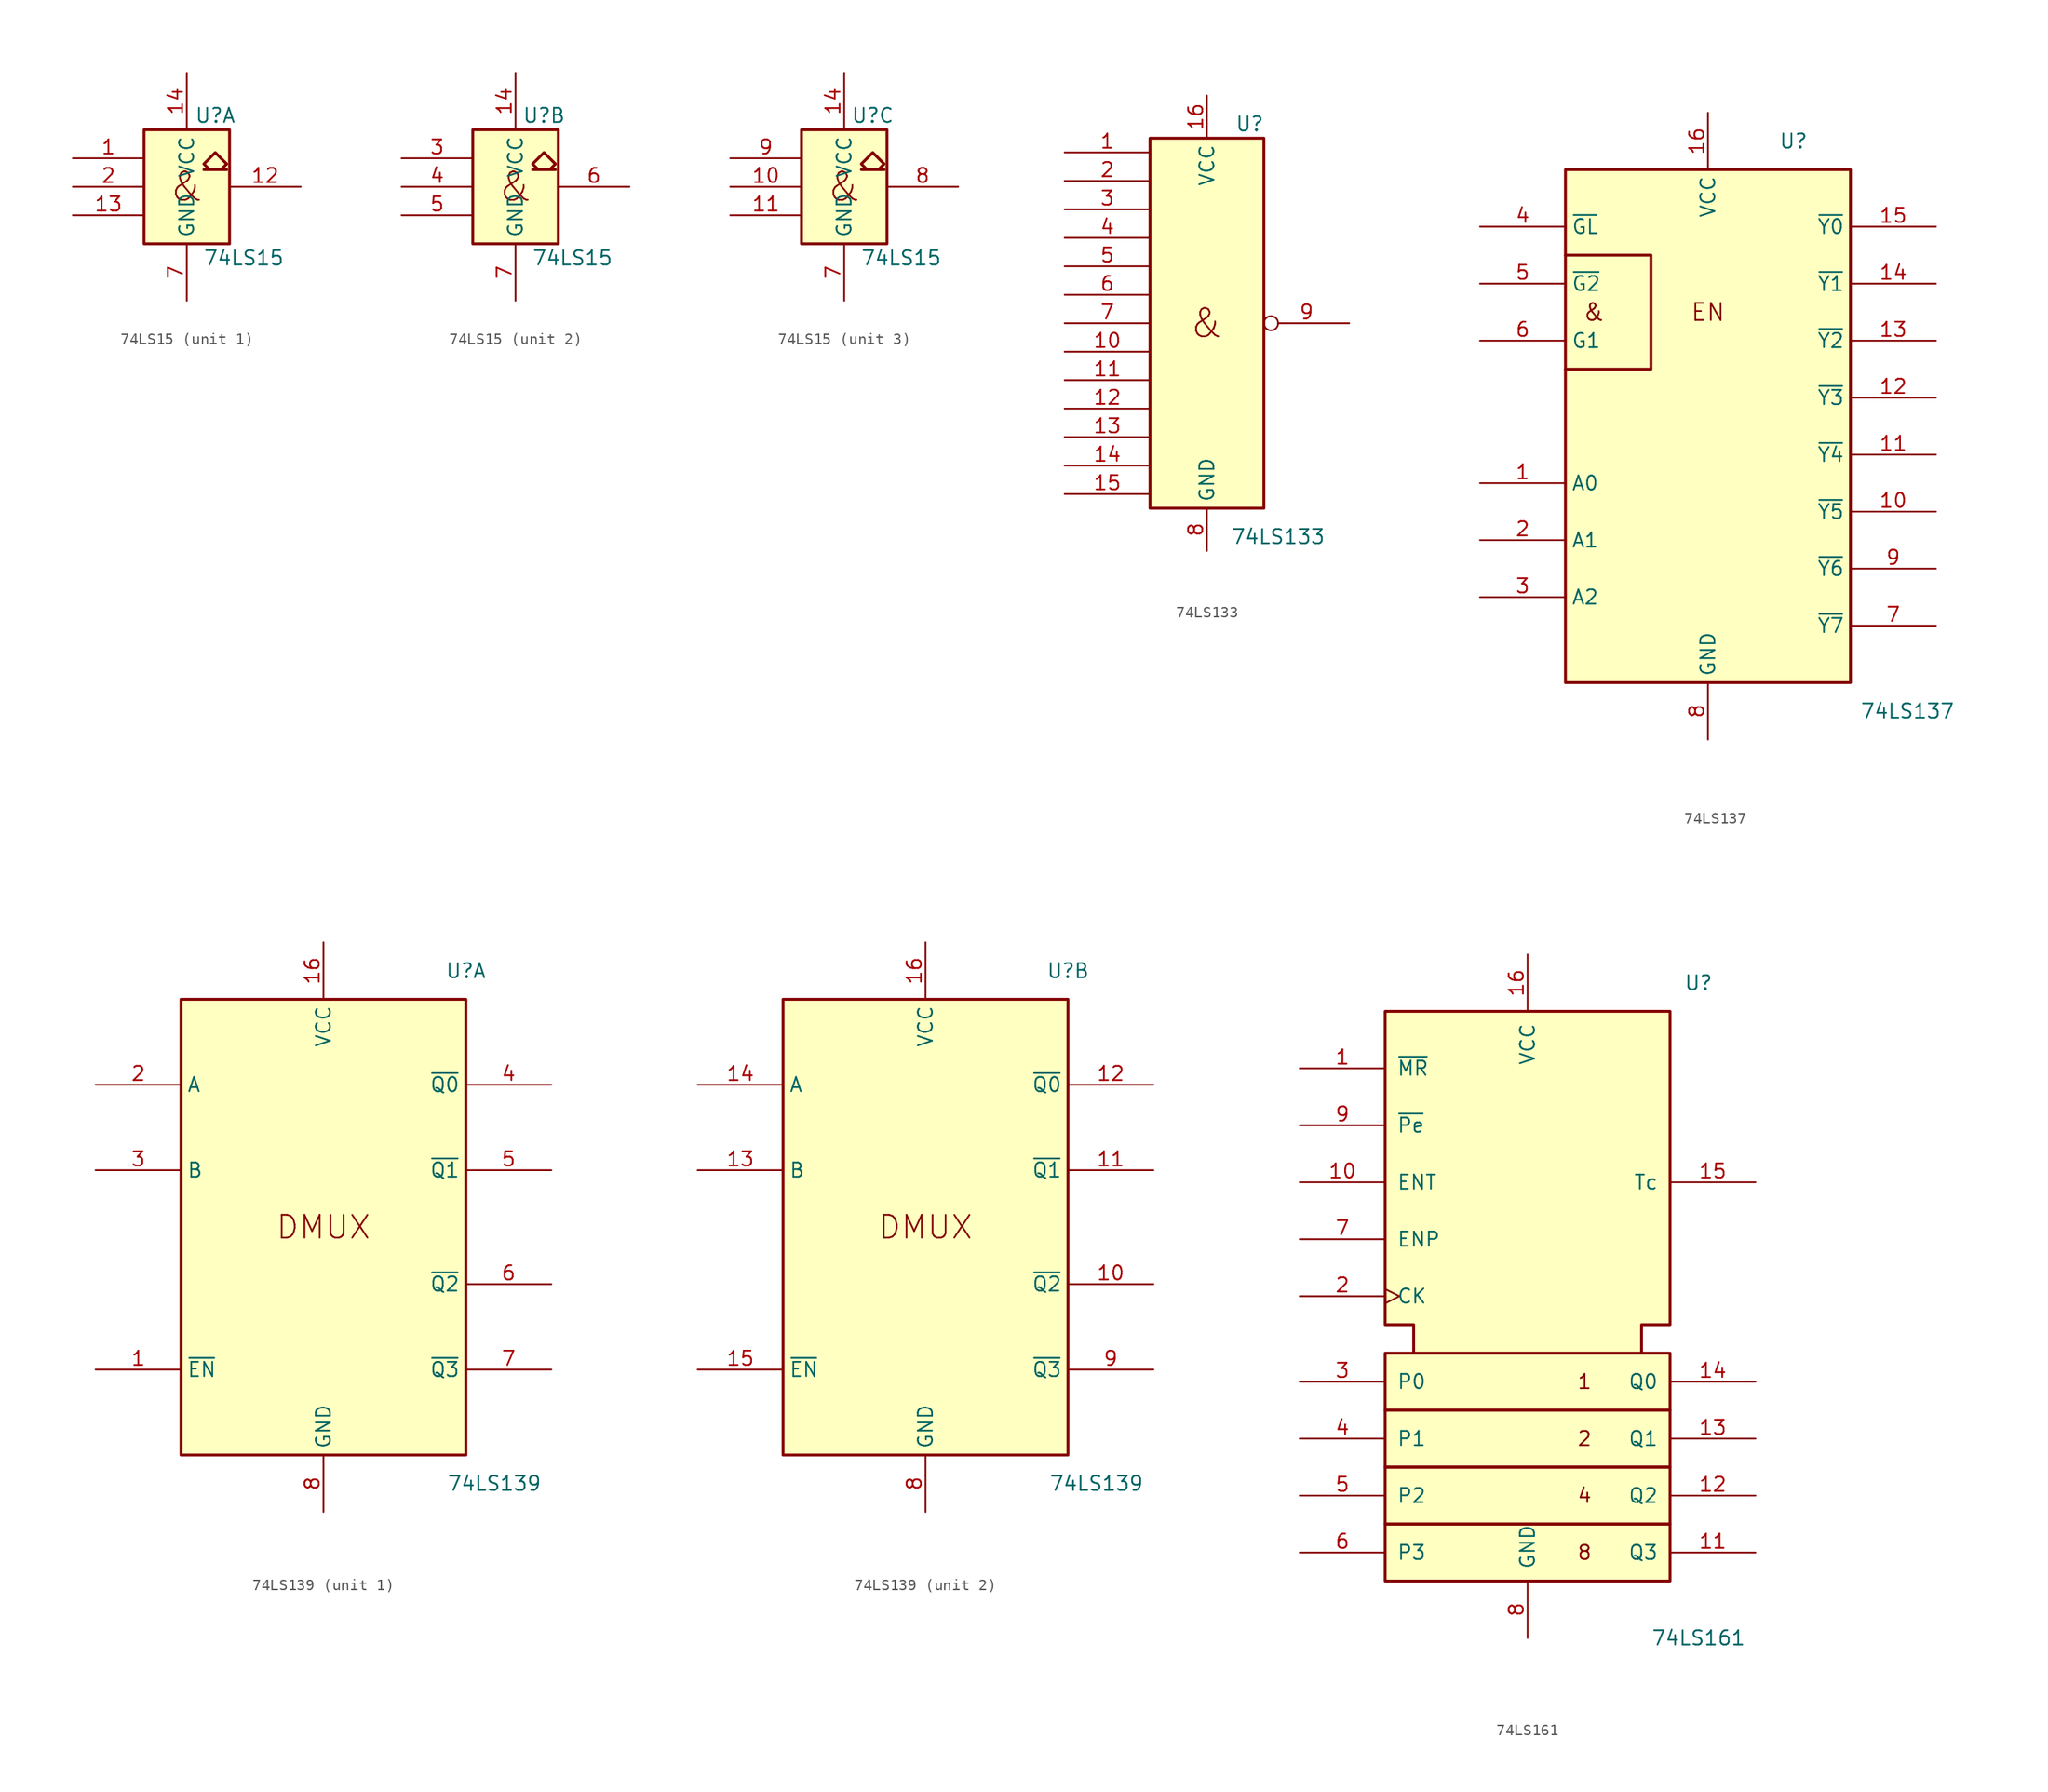
<source format=kicad_sym>
(kicad_symbol_lib
  (version 20231120)
  (generator "kicad_symbol_editor")
  (generator_version "8.0")
  (symbol "74LS15"
    (property "Reference" "U"
      (at 2.54 6.35 0)
      (effects (font (size 1.27 1.27))))
    (property "Value" "74LS15"
      (at 5.08 -6.35 0)
      (effects (font (size 1.27 1.27))))
    (symbol "74LS15_0_0"
      (polyline (pts (xy 2.032 1.524) (xy 1.524 2.032) (xy 2.54 3.048) (xy 3.556 2.032) (xy 3.048 1.524) (xy 3.556 1.524) (xy 1.524 1.524) (xy 1.524 1.524)) (stroke (width 0.254) (type default)) (fill (type background)))
      (text "&" (at 0 0 0) (effects (font (size 2.54 2.54)))))
    (symbol "74LS15_0_1"
      (rectangle (start -3.81 5.08) (end 3.81 -5.08) (stroke (width 0.254) (type default)) (fill (type background)))
      (pin power_in line (at 0 10.16 270) (length 5.08) (name "VCC" (effects (font (size 1.27 1.27)))) (number "14" (effects (font (size 1.27 1.27)))))
      (pin power_in line (at 0 -10.16 90) (length 5.08) (name "GND" (effects (font (size 1.27 1.27)))) (number "7" (effects (font (size 1.27 1.27))))))
    (symbol "74LS15_1_1"
      (pin input line (at -10.16 2.54 0) (length 6.35) (name "~" (effects (font (size 1.27 1.27)))) (number "1" (effects (font (size 1.27 1.27)))))
      (pin output line (at 10.16 0 180) (length 6.35) (name "~" (effects (font (size 1.27 1.27)))) (number "12" (effects (font (size 1.27 1.27)))))
      (pin input line (at -10.16 -2.54 0) (length 6.35) (name "~" (effects (font (size 1.27 1.27)))) (number "13" (effects (font (size 1.27 1.27)))))
      (pin input line (at -10.16 0 0) (length 6.35) (name "~" (effects (font (size 1.27 1.27)))) (number "2" (effects (font (size 1.27 1.27))))))
    (symbol "74LS15_2_1"
      (pin input line (at -10.16 2.54 0) (length 6.35) (name "~" (effects (font (size 1.27 1.27)))) (number "3" (effects (font (size 1.27 1.27)))))
      (pin input line (at -10.16 0 0) (length 6.35) (name "~" (effects (font (size 1.27 1.27)))) (number "4" (effects (font (size 1.27 1.27)))))
      (pin input line (at -10.16 -2.54 0) (length 6.35) (name "~" (effects (font (size 1.27 1.27)))) (number "5" (effects (font (size 1.27 1.27)))))
      (pin output line (at 10.16 0 180) (length 6.35) (name "~" (effects (font (size 1.27 1.27)))) (number "6" (effects (font (size 1.27 1.27))))))
    (symbol "74LS15_3_1"
      (pin input line (at -10.16 0 0) (length 6.35) (name "~" (effects (font (size 1.27 1.27)))) (number "10" (effects (font (size 1.27 1.27)))))
      (pin input line (at -10.16 -2.54 0) (length 6.35) (name "~" (effects (font (size 1.27 1.27)))) (number "11" (effects (font (size 1.27 1.27)))))
      (pin output line (at 10.16 0 180) (length 6.35) (name "~" (effects (font (size 1.27 1.27)))) (number "8" (effects (font (size 1.27 1.27)))))
      (pin input line (at -10.16 2.54 0) (length 6.35) (name "~" (effects (font (size 1.27 1.27)))) (number "9" (effects (font (size 1.27 1.27)))))))
  (symbol "74LS133"
    (property "Reference" "U"
      (at 3.81 17.78 0)
      (effects (font (size 1.27 1.27))))
    (property "Value" "74LS133"
      (at 6.35 -19.05 0)
      (effects (font (size 1.27 1.27))))
    (symbol "74LS133_0_0"
      (text "&" (at 0 0 0) (effects (font (size 2.54 2.54)))))
    (symbol "74LS133_0_1"
      (rectangle (start -5.08 16.51) (end 5.08 -16.51) (stroke (width 0.254) (type default)) (fill (type background)))
      (pin power_in line (at 0 20.32 270) (length 3.81) (name "VCC" (effects (font (size 1.27 1.27)))) (number "16" (effects (font (size 1.27 1.27)))))
      (pin power_in line (at 0 -20.32 90) (length 3.81) (name "GND" (effects (font (size 1.27 1.27)))) (number "8" (effects (font (size 1.27 1.27))))))
    (symbol "74LS133_1_1"
      (pin input line (at -12.7 15.24 0) (length 7.62) (name "~" (effects (font (size 1.27 1.27)))) (number "1" (effects (font (size 1.27 1.27)))))
      (pin input line (at -12.7 -2.54 0) (length 7.62) (name "~" (effects (font (size 1.27 1.27)))) (number "10" (effects (font (size 1.27 1.27)))))
      (pin input line (at -12.7 -5.08 0) (length 7.62) (name "~" (effects (font (size 1.27 1.27)))) (number "11" (effects (font (size 1.27 1.27)))))
      (pin input line (at -12.7 -7.62 0) (length 7.62) (name "~" (effects (font (size 1.27 1.27)))) (number "12" (effects (font (size 1.27 1.27)))))
      (pin input line (at -12.7 -10.16 0) (length 7.62) (name "~" (effects (font (size 1.27 1.27)))) (number "13" (effects (font (size 1.27 1.27)))))
      (pin input line (at -12.7 -12.7 0) (length 7.62) (name "~" (effects (font (size 1.27 1.27)))) (number "14" (effects (font (size 1.27 1.27)))))
      (pin input line (at -12.7 -15.24 0) (length 7.62) (name "~" (effects (font (size 1.27 1.27)))) (number "15" (effects (font (size 1.27 1.27)))))
      (pin input line (at -12.7 12.7 0) (length 7.62) (name "~" (effects (font (size 1.27 1.27)))) (number "2" (effects (font (size 1.27 1.27)))))
      (pin input line (at -12.7 10.16 0) (length 7.62) (name "~" (effects (font (size 1.27 1.27)))) (number "3" (effects (font (size 1.27 1.27)))))
      (pin input line (at -12.7 7.62 0) (length 7.62) (name "~" (effects (font (size 1.27 1.27)))) (number "4" (effects (font (size 1.27 1.27)))))
      (pin input line (at -12.7 5.08 0) (length 7.62) (name "~" (effects (font (size 1.27 1.27)))) (number "5" (effects (font (size 1.27 1.27)))))
      (pin input line (at -12.7 2.54 0) (length 7.62) (name "~" (effects (font (size 1.27 1.27)))) (number "6" (effects (font (size 1.27 1.27)))))
      (pin input line (at -12.7 0 0) (length 7.62) (name "~" (effects (font (size 1.27 1.27)))) (number "7" (effects (font (size 1.27 1.27)))))
      (pin output inverted (at 12.7 0 180) (length 7.62) (name "~" (effects (font (size 1.27 1.27)))) (number "9" (effects (font (size 1.27 1.27)))))))
  (symbol "74LS137"
    (property "Reference" "U"
      (at 7.62 17.78 0)
      (effects (font (size 1.27 1.27))))
    (property "Value" "74LS137"
      (at 17.78 -33.02 0)
      (effects (font (size 1.27 1.27))))
    (symbol "74LS137_0_0"
      (polyline (pts (xy -12.7 7.62) (xy -5.08 7.62) (xy -5.08 -2.54) (xy -12.7 -2.54) (xy -12.7 -2.54)) (stroke (width 0.254) (type default)) (fill (type background)))
      (text "&" (at -10.16 2.54 0) (effects (font (size 1.524 1.524))))
      (text "EN" (at 0 2.54 0) (effects (font (size 1.524 1.524))))
      (pin power_in line (at 0 20.32 270) (length 5.08) (name "VCC" (effects (font (size 1.27 1.27)))) (number "16" (effects (font (size 1.27 1.27))))))
    (symbol "74LS137_0_1"
      (rectangle (start -12.7 15.24) (end 12.7 -30.48) (stroke (width 0.254) (type default)) (fill (type background))))
    (symbol "74LS137_1_1"
      (pin input line (at -20.32 -12.7 0) (length 7.62) (name "A0" (effects (font (size 1.27 1.27)))) (number "1" (effects (font (size 1.27 1.27)))))
      (pin output line (at 20.32 -15.24 180) (length 7.62) (name "~{Y5}" (effects (font (size 1.27 1.27)))) (number "10" (effects (font (size 1.27 1.27)))))
      (pin output line (at 20.32 -10.16 180) (length 7.62) (name "~{Y4}" (effects (font (size 1.27 1.27)))) (number "11" (effects (font (size 1.27 1.27)))))
      (pin output line (at 20.32 -5.08 180) (length 7.62) (name "~{Y3}" (effects (font (size 1.27 1.27)))) (number "12" (effects (font (size 1.27 1.27)))))
      (pin output line (at 20.32 0 180) (length 7.62) (name "~{Y2}" (effects (font (size 1.27 1.27)))) (number "13" (effects (font (size 1.27 1.27)))))
      (pin output line (at 20.32 5.08 180) (length 7.62) (name "~{Y1}" (effects (font (size 1.27 1.27)))) (number "14" (effects (font (size 1.27 1.27)))))
      (pin output line (at 20.32 10.16 180) (length 7.62) (name "~{Y0}" (effects (font (size 1.27 1.27)))) (number "15" (effects (font (size 1.27 1.27)))))
      (pin input line (at -20.32 -17.78 0) (length 7.62) (name "A1" (effects (font (size 1.27 1.27)))) (number "2" (effects (font (size 1.27 1.27)))))
      (pin input line (at -20.32 -22.86 0) (length 7.62) (name "A2" (effects (font (size 1.27 1.27)))) (number "3" (effects (font (size 1.27 1.27)))))
      (pin input line (at -20.32 10.16 0) (length 7.62) (name "~{GL}" (effects (font (size 1.27 1.27)))) (number "4" (effects (font (size 1.27 1.27)))))
      (pin input line (at -20.32 5.08 0) (length 7.62) (name "~{G2}" (effects (font (size 1.27 1.27)))) (number "5" (effects (font (size 1.27 1.27)))))
      (pin input line (at -20.32 0 0) (length 7.62) (name "G1" (effects (font (size 1.27 1.27)))) (number "6" (effects (font (size 1.27 1.27)))))
      (pin output line (at 20.32 -25.4 180) (length 7.62) (name "~{Y7}" (effects (font (size 1.27 1.27)))) (number "7" (effects (font (size 1.27 1.27)))))
      (pin power_in line (at 0 -35.56 90) (length 5.08) (name "GND" (effects (font (size 1.27 1.27)))) (number "8" (effects (font (size 1.27 1.27)))))
      (pin output line (at 20.32 -20.32 180) (length 7.62) (name "~{Y6}" (effects (font (size 1.27 1.27)))) (number "9" (effects (font (size 1.27 1.27)))))))
  (symbol "74LS139"
    (property "Reference" "U"
      (at 12.7 22.86 0)
      (effects (font (size 1.27 1.27))))
    (property "Value" "74LS139"
      (at 15.24 -22.86 0)
      (effects (font (size 1.27 1.27))))
    (symbol "74LS139_0_0"
      (rectangle (start -12.7 20.32) (end 12.7 -20.32) (stroke (width 0.254) (type default)) (fill (type background)))
      (text "DMUX" (at 0 0 0) (effects (font (size 2.032 2.032))))
      (pin power_in line (at 0 25.4 270) (length 5.08) (name "VCC" (effects (font (size 1.27 1.27)))) (number "16" (effects (font (size 1.27 1.27)))))
      (pin power_in line (at 0 -25.4 90) (length 5.08) (name "GND" (effects (font (size 1.27 1.27)))) (number "8" (effects (font (size 1.27 1.27))))))
    (symbol "74LS139_1_1"
      (pin input line (at -20.32 -12.7 0) (length 7.62) (name "~{EN}" (effects (font (size 1.27 1.27)))) (number "1" (effects (font (size 1.27 1.27)))))
      (pin input line (at -20.32 12.7 0) (length 7.62) (name "A" (effects (font (size 1.27 1.27)))) (number "2" (effects (font (size 1.27 1.27)))))
      (pin input line (at -20.32 5.08 0) (length 7.62) (name "B" (effects (font (size 1.27 1.27)))) (number "3" (effects (font (size 1.27 1.27)))))
      (pin output line (at 20.32 12.7 180) (length 7.62) (name "~{Q0}" (effects (font (size 1.27 1.27)))) (number "4" (effects (font (size 1.27 1.27)))))
      (pin output line (at 20.32 5.08 180) (length 7.62) (name "~{Q1}" (effects (font (size 1.27 1.27)))) (number "5" (effects (font (size 1.27 1.27)))))
      (pin output line (at 20.32 -5.08 180) (length 7.62) (name "~{Q2}" (effects (font (size 1.27 1.27)))) (number "6" (effects (font (size 1.27 1.27)))))
      (pin output line (at 20.32 -12.7 180) (length 7.62) (name "~{Q3}" (effects (font (size 1.27 1.27)))) (number "7" (effects (font (size 1.27 1.27))))))
    (symbol "74LS139_2_1"
      (pin output line (at 20.32 -5.08 180) (length 7.62) (name "~{Q2}" (effects (font (size 1.27 1.27)))) (number "10" (effects (font (size 1.27 1.27)))))
      (pin output line (at 20.32 5.08 180) (length 7.62) (name "~{Q1}" (effects (font (size 1.27 1.27)))) (number "11" (effects (font (size 1.27 1.27)))))
      (pin output line (at 20.32 12.7 180) (length 7.62) (name "~{Q0}" (effects (font (size 1.27 1.27)))) (number "12" (effects (font (size 1.27 1.27)))))
      (pin input line (at -20.32 5.08 0) (length 7.62) (name "B" (effects (font (size 1.27 1.27)))) (number "13" (effects (font (size 1.27 1.27)))))
      (pin input line (at -20.32 12.7 0) (length 7.62) (name "A" (effects (font (size 1.27 1.27)))) (number "14" (effects (font (size 1.27 1.27)))))
      (pin input line (at -20.32 -12.7 0) (length 7.62) (name "~{EN}" (effects (font (size 1.27 1.27)))) (number "15" (effects (font (size 1.27 1.27)))))
      (pin output line (at 20.32 -12.7 180) (length 7.62) (name "~{Q3}" (effects (font (size 1.27 1.27)))) (number "9" (effects (font (size 1.27 1.27)))))))
  (symbol "74LS161"
    (pin_names
      (offset 1.016))
    (property "Reference" "U"
      (at 15.24 30.48 0)
      (effects (font (size 1.27 1.27))))
    (property "Value" "74LS161"
      (at 15.24 -27.94 0)
      (effects (font (size 1.27 1.27))))
    (symbol "74LS161_0_0"
      (rectangle (start -12.7 -17.78) (end 12.7 -22.86) (stroke (width 0.254) (type default)) (fill (type background)))
      (rectangle (start -12.7 -12.7) (end 12.7 -17.78) (stroke (width 0.254) (type default)) (fill (type background)))
      (rectangle (start -12.7 -7.62) (end 12.7 -12.7) (stroke (width 0.254) (type default)) (fill (type background)))
      (rectangle (start -12.7 -2.54) (end 12.7 -7.62) (stroke (width 0.254) (type default)) (fill (type background)))
      (polyline (pts (xy -10.16 -2.54) (xy -10.16 0) (xy -12.7 0) (xy -12.7 27.94) (xy 12.7 27.94) (xy 12.7 0) (xy 10.16 0) (xy 10.16 -2.54) (xy 10.16 -2.54)) (stroke (width 0.254) (type default)) (fill (type background)))
      (text "1" (at 5.08 -5.08 0) (effects (font (size 1.27 1.27))))
      (text "2" (at 5.08 -10.16 0) (effects (font (size 1.27 1.27))))
      (text "4" (at 5.08 -15.24 0) (effects (font (size 1.27 1.27))))
      (text "8" (at 5.08 -20.32 0) (effects (font (size 1.27 1.27))))
      (pin power_in line (at 0 33.02 270) (length 5.08) (name "VCC" (effects (font (size 1.27 1.27)))) (number "16" (effects (font (size 1.27 1.27)))))
      (pin power_in line (at 0 -27.94 90) (length 5.08) (name "GND" (effects (font (size 1.27 1.27)))) (number "8" (effects (font (size 1.27 1.27))))))
    (symbol "74LS161_1_1"
      (pin input line (at -20.32 22.86 0) (length 7.62) (name "~{MR}" (effects (font (size 1.27 1.27)))) (number "1" (effects (font (size 1.27 1.27)))))
      (pin input line (at -20.32 12.7 0) (length 7.62) (name "ENT" (effects (font (size 1.27 1.27)))) (number "10" (effects (font (size 1.27 1.27)))))
      (pin output line (at 20.32 -20.32 180) (length 7.62) (name "Q3" (effects (font (size 1.27 1.27)))) (number "11" (effects (font (size 1.27 1.27)))))
      (pin output line (at 20.32 -15.24 180) (length 7.62) (name "Q2" (effects (font (size 1.27 1.27)))) (number "12" (effects (font (size 1.27 1.27)))))
      (pin output line (at 20.32 -10.16 180) (length 7.62) (name "Q1" (effects (font (size 1.27 1.27)))) (number "13" (effects (font (size 1.27 1.27)))))
      (pin output line (at 20.32 -5.08 180) (length 7.62) (name "Q0" (effects (font (size 1.27 1.27)))) (number "14" (effects (font (size 1.27 1.27)))))
      (pin output line (at 20.32 12.7 180) (length 7.62) (name "Tc" (effects (font (size 1.27 1.27)))) (number "15" (effects (font (size 1.27 1.27)))))
      (pin input clock (at -20.32 2.54 0) (length 7.62) (name "CK" (effects (font (size 1.27 1.27)))) (number "2" (effects (font (size 1.27 1.27)))))
      (pin input line (at -20.32 -5.08 0) (length 7.62) (name "P0" (effects (font (size 1.27 1.27)))) (number "3" (effects (font (size 1.27 1.27)))))
      (pin input line (at -20.32 -10.16 0) (length 7.62) (name "P1" (effects (font (size 1.27 1.27)))) (number "4" (effects (font (size 1.27 1.27)))))
      (pin input line (at -20.32 -15.24 0) (length 7.62) (name "P2" (effects (font (size 1.27 1.27)))) (number "5" (effects (font (size 1.27 1.27)))))
      (pin input line (at -20.32 -20.32 0) (length 7.62) (name "P3" (effects (font (size 1.27 1.27)))) (number "6" (effects (font (size 1.27 1.27)))))
      (pin input line (at -20.32 7.62 0) (length 7.62) (name "ENP" (effects (font (size 1.27 1.27)))) (number "7" (effects (font (size 1.27 1.27)))))
      (pin input line (at -20.32 17.78 0) (length 7.62) (name "~{Pe}" (effects (font (size 1.27 1.27)))) (number "9" (effects (font (size 1.27 1.27))))))))
</source>
